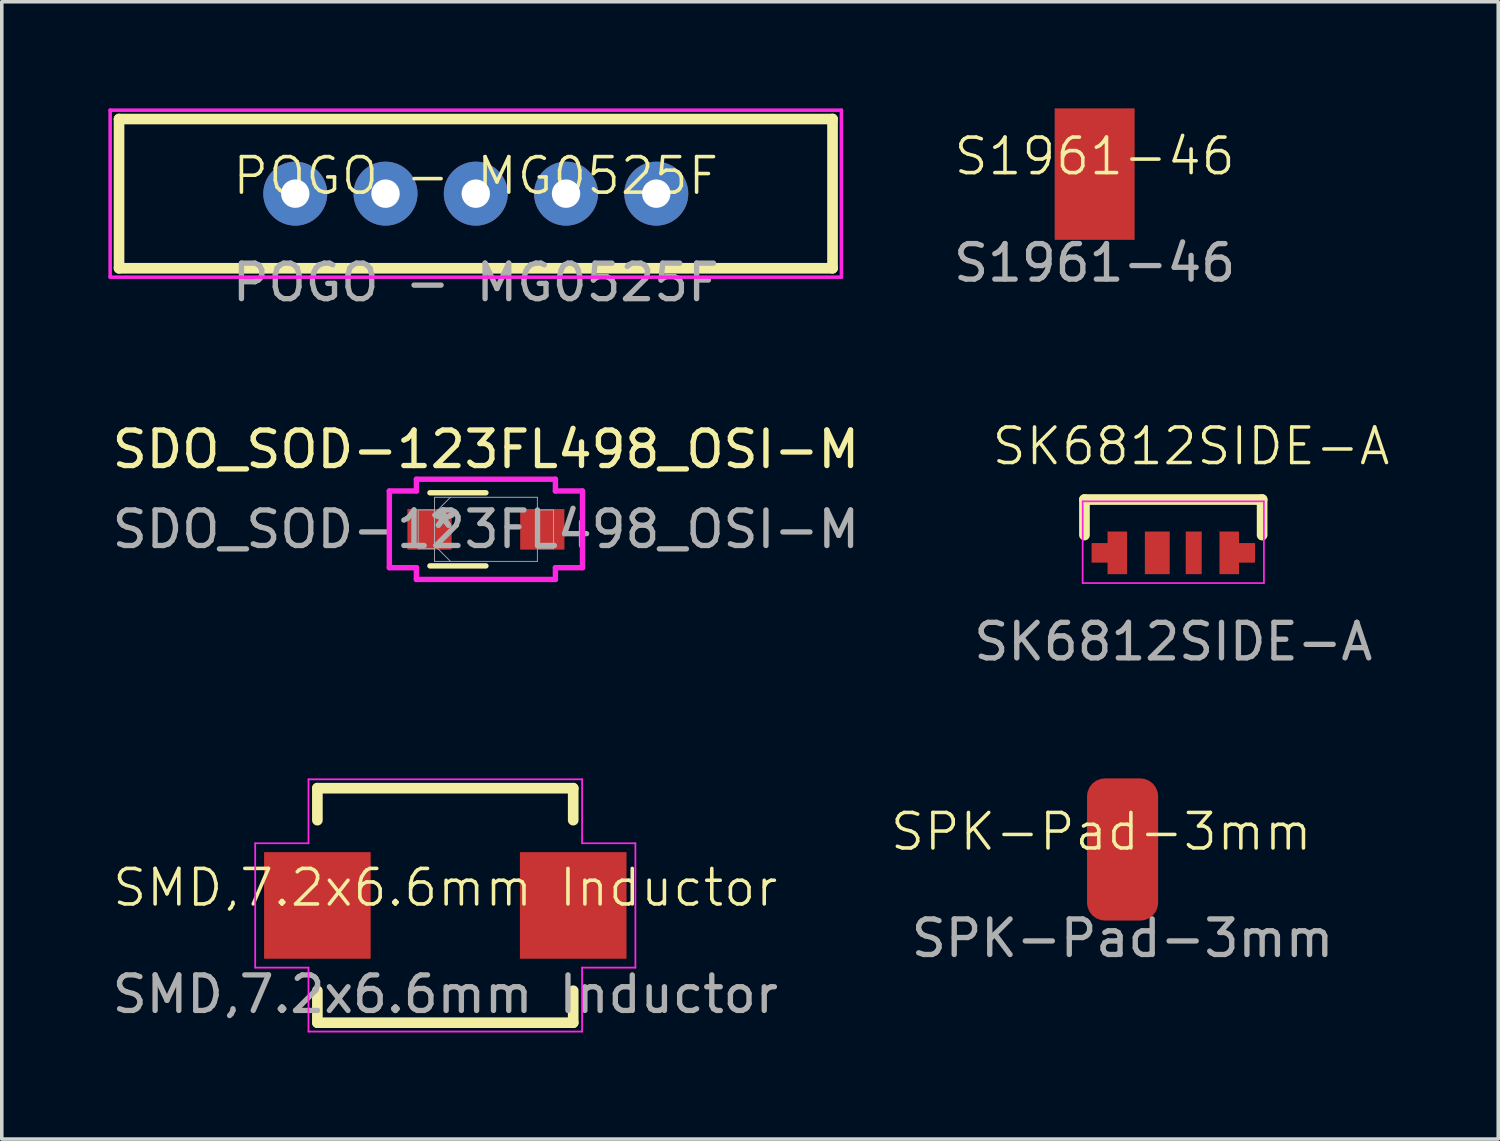
<source format=kicad_pcb>
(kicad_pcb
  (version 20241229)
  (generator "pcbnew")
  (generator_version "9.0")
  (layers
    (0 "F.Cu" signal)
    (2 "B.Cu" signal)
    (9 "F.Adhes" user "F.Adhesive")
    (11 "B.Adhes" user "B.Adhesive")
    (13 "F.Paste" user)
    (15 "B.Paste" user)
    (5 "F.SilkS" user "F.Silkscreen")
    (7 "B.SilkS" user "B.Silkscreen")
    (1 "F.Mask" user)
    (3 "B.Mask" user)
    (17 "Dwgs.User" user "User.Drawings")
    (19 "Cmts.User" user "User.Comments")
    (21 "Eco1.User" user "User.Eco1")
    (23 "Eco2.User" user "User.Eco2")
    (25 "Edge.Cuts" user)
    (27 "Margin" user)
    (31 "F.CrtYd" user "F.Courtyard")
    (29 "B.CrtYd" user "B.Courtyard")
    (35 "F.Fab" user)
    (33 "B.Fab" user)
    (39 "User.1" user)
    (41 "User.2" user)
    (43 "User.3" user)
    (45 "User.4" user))
  (footprint "SMD,7.2x6.6mm Inductor"
    (layer "F.Cu")
    (at 9.482 22.432)
    (property "Reference" "SMD,7.2x6.6mm Inductor" (at 0 -0.5 0) (unlocked yes) (layer "F.SilkS") (effects (font (size 1 1) (thickness 0.1))))
    (attr smd)
    (fp_line (start -3.6 -3.3) (end -3.6 -2.4) (stroke (width 0.3) (type default)) (layer "F.SilkS"))
    (fp_line (start -3.6 -3.3) (end 3.6 -3.3) (stroke (width 0.3) (type default)) (layer "F.SilkS"))
    (fp_line (start -3.6 2.4) (end -3.6 3.3) (stroke (width 0.3) (type default)) (layer "F.SilkS"))
    (fp_line (start -3.6 3.3) (end 3.6 3.3) (stroke (width 0.3) (type default)) (layer "F.SilkS"))
    (fp_line (start 3.6 -2.4) (end 3.6 -3.3) (stroke (width 0.3) (type default)) (layer "F.SilkS"))
    (fp_line (start 3.6 2.4) (end 3.6 3.3) (stroke (width 0.3) (type default)) (layer "F.SilkS"))
    (fp_line (start -5.35 -1.75) (end -5.35 1.75) (stroke (width 0.05) (type default)) (layer "F.CrtYd"))
    (fp_line (start -5.35 -1.75) (end -3.85 -1.75) (stroke (width 0.05) (type default)) (layer "F.CrtYd"))
    (fp_line (start -5.35 1.75) (end -3.85 1.75) (stroke (width 0.05) (type default)) (layer "F.CrtYd"))
    (fp_line (start -3.85 -3.55) (end 3.85 -3.55) (stroke (width 0.05) (type default)) (layer "F.CrtYd"))
    (fp_line (start -3.85 -1.75) (end -3.85 -3.55) (stroke (width 0.05) (type default)) (layer "F.CrtYd"))
    (fp_line (start -3.85 1.75) (end -3.85 3.55) (stroke (width 0.05) (type default)) (layer "F.CrtYd"))
    (fp_line (start -3.85 3.55) (end 3.85 3.55) (stroke (width 0.05) (type default)) (layer "F.CrtYd"))
    (fp_line (start 3.85 -1.75) (end 3.85 -3.55) (stroke (width 0.05) (type default)) (layer "F.CrtYd"))
    (fp_line (start 3.85 1.75) (end 3.85 3.55) (stroke (width 0.05) (type default)) (layer "F.CrtYd"))
    (fp_line (start 5.35 -1.75) (end 3.85 -1.75) (stroke (width 0.05) (type default)) (layer "F.CrtYd"))
    (fp_line (start 5.35 1.75) (end 3.85 1.75) (stroke (width 0.05) (type default)) (layer "F.CrtYd"))
    (fp_line (start 5.35 1.75) (end 5.35 -1.75) (stroke (width 0.05) (type default)) (layer "F.CrtYd"))
    (fp_text user "${REFERENCE}" (at 0 2.5 0) (unlocked yes) (layer "F.Fab") (effects (font (size 1 1) (thickness 0.15))))
    (pad "1" smd rect (at -3.6 0) (size 3 3) (layers "F.Cu" "F.Mask" "F.Paste"))
    (pad "2" smd rect (at 3.6 0) (size 3 3) (layers "F.Cu" "F.Mask" "F.Paste")))
  (footprint "SK6812SIDE-A"
    (layer "F.Cu")
    (at 29.97 12.509)
    (property "Reference" "SK6812SIDE-A" (at 0.5 -3 0) (unlocked yes) (layer "F.SilkS") (effects (font (size 1 1) (thickness 0.1))))
    (attr smd)
    (fp_line (start -2.5 -1.5) (end -2.5 -0.5) (stroke (width 0.3) (type default)) (layer "F.SilkS"))
    (fp_line (start -2.5 -1.5) (end 2.5 -1.5) (stroke (width 0.3) (type default)) (layer "F.SilkS"))
    (fp_line (start 2.5 -1.5) (end 2.5 -0.5) (stroke (width 0.3) (type default)) (layer "F.SilkS"))
    (fp_line (start -2.55 0.85) (end -2.55 -1.45) (stroke (width 0.05) (type default)) (layer "F.CrtYd"))
    (fp_line (start -2.55 0.85) (end 2.55 0.85) (stroke (width 0.05) (type default)) (layer "F.CrtYd"))
    (fp_line (start 2.55 -1.45) (end -2.55 -1.45) (stroke (width 0.05) (type default)) (layer "F.CrtYd"))
    (fp_line (start 2.55 0.85) (end 2.55 -1.45) (stroke (width 0.05) (type default)) (layer "F.CrtYd"))
    (fp_text user "${REFERENCE}" (at 0 2.5 0) (unlocked yes) (layer "F.Fab") (effects (font (size 1 1) (thickness 0.15))))
    (pad "1" smd rect (at -2.05 0) (size 0.5 0.55) (layers "F.Cu" "F.Mask" "F.Paste"))
    (pad "1" smd rect (at -1.575 0) (size 0.55 1.2) (layers "F.Cu" "F.Mask" "F.Paste"))
    (pad "2" smd rect (at -0.45 0) (size 0.7 1.2) (layers "F.Cu" "F.Mask" "F.Paste"))
    (pad "3" smd rect (at 0.575 0) (size 0.45 1.2) (layers "F.Cu" "F.Mask" "F.Paste"))
    (pad "4" smd rect (at 1.575 0) (size 0.55 1.2) (layers "F.Cu" "F.Mask" "F.Paste"))
    (pad "4" smd rect (at 2.05 0) (size 0.5 0.55) (layers "F.Cu" "F.Mask" "F.Paste")))
  (footprint "S1961-46"
    (layer "F.Cu")
    (at 27.757 1.85)
    (property "Reference" "S1961-46" (at 0 -0.5 0) (unlocked yes) (layer "F.SilkS") (effects (font (size 1 1) (thickness 0.1))))
    (attr smd)
    (fp_text user "${REFERENCE}" (at 0 2.5 0) (unlocked yes) (layer "F.Fab") (effects (font (size 1 1) (thickness 0.15))))
    (pad "1" smd rect (at 0 0) (size 2.25 3.7) (layers "F.Cu" "F.Mask" "F.Paste")))
  (footprint "POGO - MG0525F"
    (layer "F.Cu")
    (at 10.34 2.4)
    (property "Reference" "POGO - MG0525F" (at 0 -0.5 0) (unlocked yes) (layer "F.SilkS") (effects (font (size 1 1) (thickness 0.1))))
    (attr through_hole)
    (fp_line (start -10.04 -2.1) (end -10.04 2.1) (stroke (width 0.3) (type default)) (layer "F.SilkS"))
    (fp_line (start -10.04 -2.1) (end 10.04 -2.1) (stroke (width 0.3) (type default)) (layer "F.SilkS"))
    (fp_line (start -10.04 2.1) (end 10.04 2.1) (stroke (width 0.3) (type default)) (layer "F.SilkS"))
    (fp_line (start 10.04 -2.1) (end 10.04 2.1) (stroke (width 0.3) (type default)) (layer "F.SilkS"))
    (fp_line (start -10.29 -2.35) (end -10.29 2.35) (stroke (width 0.1) (type default)) (layer "F.CrtYd"))
    (fp_line (start -10.29 -2.35) (end 10.29 -2.35) (stroke (width 0.1) (type default)) (layer "F.CrtYd"))
    (fp_line (start -10.29 2.35) (end 10.29 2.35) (stroke (width 0.1) (type default)) (layer "F.CrtYd"))
    (fp_line (start 10.29 -2.35) (end 10.29 2.35) (stroke (width 0.1) (type default)) (layer "F.CrtYd"))
    (fp_text user "${REFERENCE}" (at 0 2.5 0) (unlocked yes) (layer "F.Fab") (effects (font (size 1 1) (thickness 0.15))))
    (pad "1" thru_hole circle (at -5.08 0) (size 1.8 1.8) (drill 0.8) (layers "*.Cu" "*.Mask"))
    (pad "2" thru_hole circle (at -2.54 0) (size 1.8 1.8) (drill 0.8) (layers "*.Cu" "*.Mask"))
    (pad "3" thru_hole circle (at 0 0) (size 1.8 1.8) (drill 0.8) (layers "*.Cu" "*.Mask"))
    (pad "4" thru_hole circle (at 2.54 0) (size 1.8 1.8) (drill 0.8) (layers "*.Cu" "*.Mask"))
    (pad "5" thru_hole circle (at 5.08 0) (size 1.8 1.8) (drill 0.8) (layers "*.Cu" "*.Mask")))
  (footprint "SPK-Pad-3mm"
    (layer "F.Cu")
    (at 28.543 20.857)
    (property "Reference" "SPK-Pad-3mm" (at -0.6 -0.5 0) (unlocked yes) (layer "F.SilkS") (effects (font (size 1 1) (thickness 0.1))))
    (attr smd)
    (fp_text user "${REFERENCE}" (at 0 2.5 0) (unlocked yes) (layer "F.Fab") (effects (font (size 1 1) (thickness 0.15))))
    (pad "1" smd roundrect (at 0 0) (size 2 4) (layers "F.Cu" "F.Mask" "F.Paste") (roundrect_rratio 0.25)))
  (footprint "SDO_SOD-123FL498_OSI-M"
    (layer "F.Cu")
    (at 10.625 11.847)
    (property "Reference" "SDO_SOD-123FL498_OSI-M" (at 0 -2.25 0) (unlocked yes) (layer "F.SilkS") (effects (font (size 1 1) (thickness 0.15))))
    (attr smd)
    (fp_line (start -1.575 1.029) (end 0 1.029) (stroke (width 0.152) (type solid)) (layer "F.SilkS"))
    (fp_line (start 0 -1.029) (end -1.575 -1.029) (stroke (width 0.152) (type solid)) (layer "F.SilkS"))
    (fp_line (start -2.718 -1.079) (end -1.956 -1.079) (stroke (width 0.152) (type solid)) (layer "F.CrtYd"))
    (fp_line (start -2.718 1.079) (end -2.718 -1.079) (stroke (width 0.152) (type solid)) (layer "F.CrtYd"))
    (fp_line (start -1.956 -1.41) (end 1.956 -1.41) (stroke (width 0.152) (type solid)) (layer "F.CrtYd"))
    (fp_line (start -1.956 -1.079) (end -1.956 -1.41) (stroke (width 0.152) (type solid)) (layer "F.CrtYd"))
    (fp_line (start -1.956 1.079) (end -2.718 1.079) (stroke (width 0.152) (type solid)) (layer "F.CrtYd"))
    (fp_line (start -1.956 1.41) (end -1.956 1.079) (stroke (width 0.152) (type solid)) (layer "F.CrtYd"))
    (fp_line (start 1.956 -1.41) (end 1.956 -1.079) (stroke (width 0.152) (type solid)) (layer "F.CrtYd"))
    (fp_line (start 1.956 -1.079) (end 2.718 -1.079) (stroke (width 0.152) (type solid)) (layer "F.CrtYd"))
    (fp_line (start 1.956 1.079) (end 1.956 1.41) (stroke (width 0.152) (type solid)) (layer "F.CrtYd"))
    (fp_line (start 1.956 1.41) (end -1.956 1.41) (stroke (width 0.152) (type solid)) (layer "F.CrtYd"))
    (fp_line (start 2.718 -1.079) (end 2.718 1.079) (stroke (width 0.152) (type solid)) (layer "F.CrtYd"))
    (fp_line (start 2.718 1.079) (end 1.956 1.079) (stroke (width 0.152) (type solid)) (layer "F.CrtYd"))
    (fp_line (start -1.905 -0.546) (end -1.905 0.546) (stroke (width 0.025) (type solid)) (layer "F.Fab"))
    (fp_line (start -1.905 0.546) (end -1.448 0.546) (stroke (width 0.025) (type solid)) (layer "F.Fab"))
    (fp_line (start -1.448 -0.902) (end -1.448 0.902) (stroke (width 0.025) (type solid)) (layer "F.Fab"))
    (fp_line (start -1.448 -0.546) (end -1.905 -0.546) (stroke (width 0.025) (type solid)) (layer "F.Fab"))
    (fp_line (start -1.448 -0.451) (end -0.997 -0.902) (stroke (width 0.025) (type solid)) (layer "F.Fab"))
    (fp_line (start -1.448 0.451) (end -0.997 0.902) (stroke (width 0.025) (type solid)) (layer "F.Fab"))
    (fp_line (start -1.448 0.546) (end -1.448 -0.546) (stroke (width 0.025) (type solid)) (layer "F.Fab"))
    (fp_line (start -1.448 0.902) (end 1.448 0.902) (stroke (width 0.025) (type solid)) (layer "F.Fab"))
    (fp_line (start 1.448 -0.902) (end -1.448 -0.902) (stroke (width 0.025) (type solid)) (layer "F.Fab"))
    (fp_line (start 1.448 -0.546) (end 1.448 0.546) (stroke (width 0.025) (type solid)) (layer "F.Fab"))
    (fp_line (start 1.448 0.546) (end 1.905 0.546) (stroke (width 0.025) (type solid)) (layer "F.Fab"))
    (fp_line (start 1.448 0.902) (end 1.448 -0.902) (stroke (width 0.025) (type solid)) (layer "F.Fab"))
    (fp_line (start 1.905 -0.546) (end 1.448 -0.546) (stroke (width 0.025) (type solid)) (layer "F.Fab"))
    (fp_line (start 1.905 0.546) (end 1.905 -0.546) (stroke (width 0.025) (type solid)) (layer "F.Fab"))
    (fp_text user "${REFERENCE}" (at 0 0 0) (unlocked yes) (layer "F.Fab") (effects (font (size 1 1) (thickness 0.15))))
    (fp_text user "*" (at -1.194 0 0) (unlocked yes) (layer "F.Fab") (effects (font (size 1 1) (thickness 0.15))))
    (fp_text user "*" (at -1.194 0 0) (layer "F.Fab") (effects (font (size 1 1) (thickness 0.15))))
    (pad "1" smd rect (at -1.587 0) (size 1.245 1.143) (layers "F.Cu" "F.Mask" "F.Paste"))
    (pad "2" smd rect (at 1.587 0) (size 1.245 1.143) (layers "F.Cu" "F.Mask" "F.Paste")))
  (gr_rect
    (start -3 -3)
    (end 39.115 29.007)
    (stroke (width 0.1) (type default))
    (fill no)
    (layer "Edge.Cuts")))
</source>
